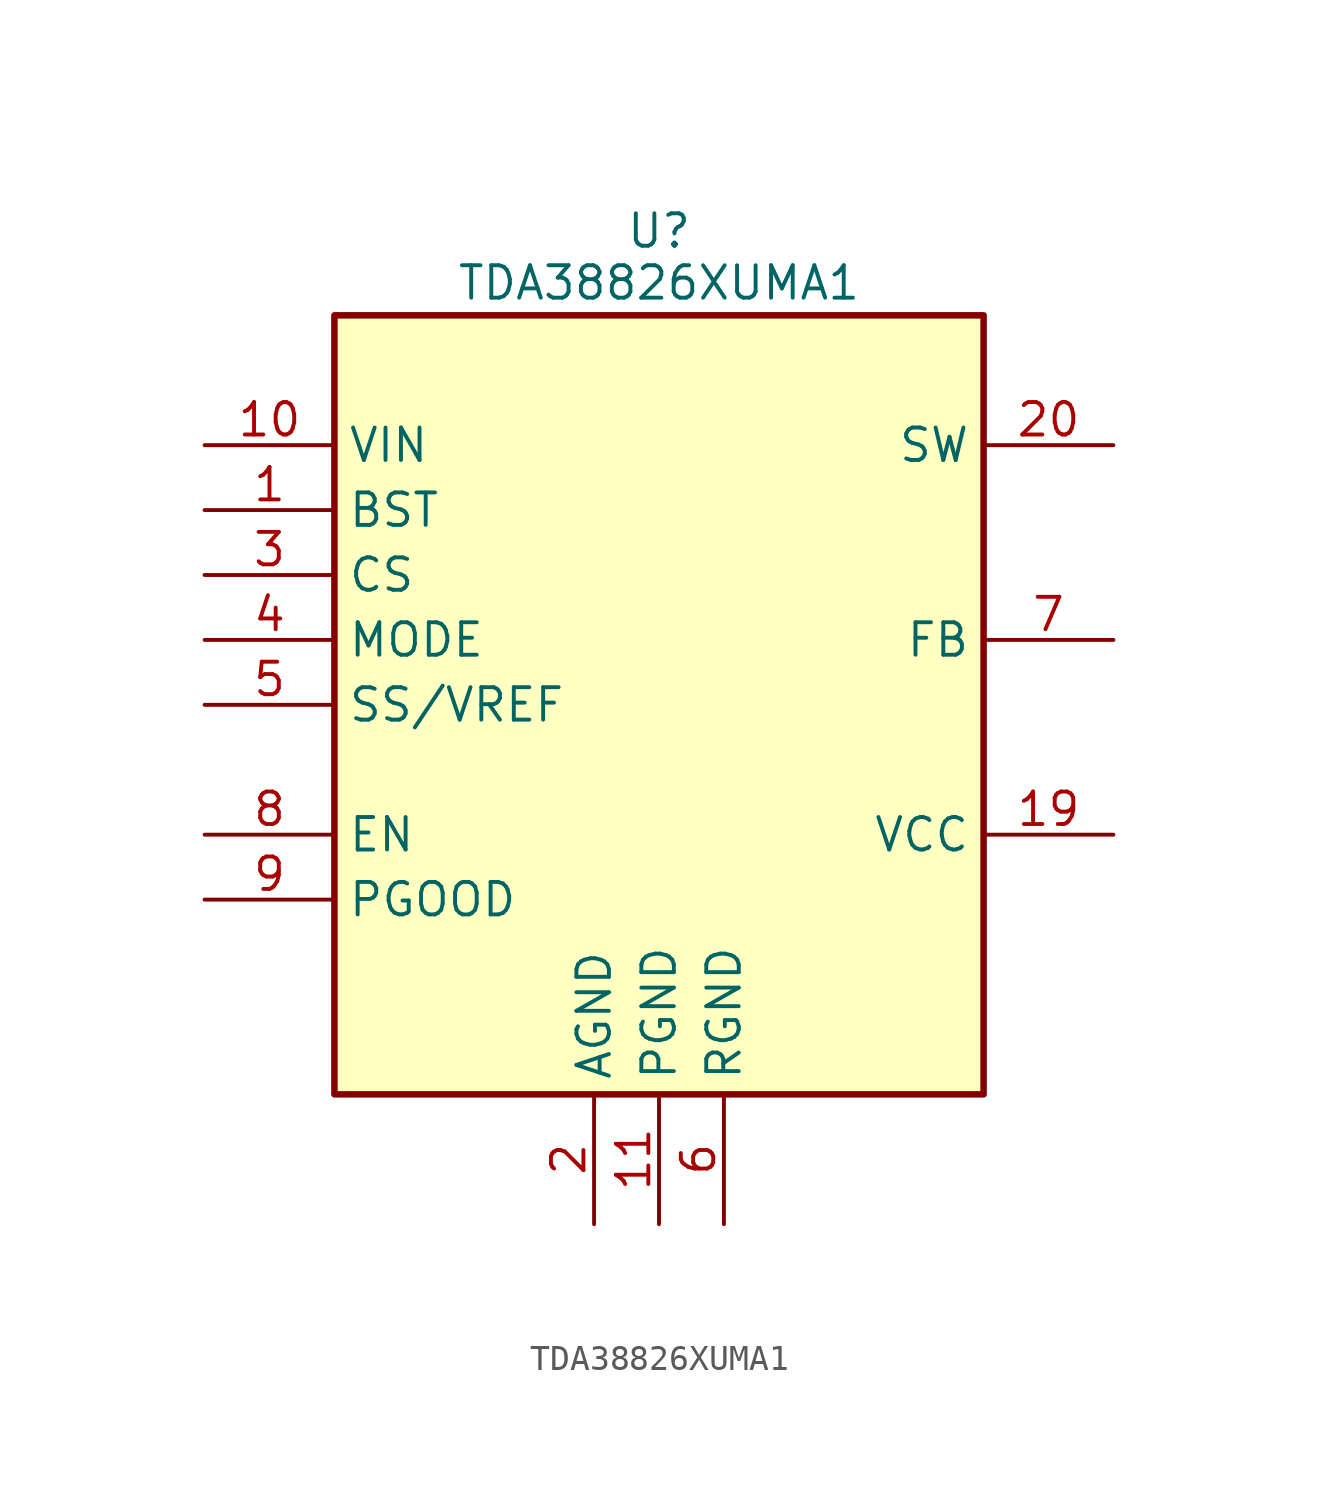
<source format=kicad_sym>
(kicad_symbol_lib
  (version 20241209)
  (generator "kicad_symbol_editor")
  (generator_version "9.0")
  (symbol "TDA38826XUMA1"
    (property "Reference" "U"
      (at 0 18.542 0)
      (effects (font (size 1.27 1.27))))
    (property "Value" "TDA38826XUMA1"
      (at 0 16.51 0)
      (effects (font (size 1.27 1.27))))
    (symbol "TDA38826XUMA1_1_1"
      (rectangle (start -12.7 15.24) (end 12.7 -15.24) (stroke (width 0.254) (type default)) (fill (type background)))
      (pin power_in line (at -17.78 10.16 0) (length 5.08) (name "VIN" (effects (font (size 1.27 1.27)))) (number "10" (effects (font (size 1.27 1.27)))))
      (pin power_in line (at -17.78 10.16 0) (length 5.08) (hide yes) (name "VIN" (effects (font (size 1.27 1.27)))) (number "21" (effects (font (size 1.27 1.27)))))
      (pin passive line (at -17.78 7.62 0) (length 5.08) (name "BST" (effects (font (size 1.27 1.27)))) (number "1" (effects (font (size 1.27 1.27)))))
      (pin passive line (at -17.78 5.08 0) (length 5.08) (name "CS" (effects (font (size 1.27 1.27)))) (number "3" (effects (font (size 1.27 1.27)))))
      (pin passive line (at -17.78 2.54 0) (length 5.08) (name "MODE" (effects (font (size 1.27 1.27)))) (number "4" (effects (font (size 1.27 1.27)))))
      (pin passive line (at -17.78 0 0) (length 5.08) (name "SS/VREF" (effects (font (size 1.27 1.27)))) (number "5" (effects (font (size 1.27 1.27)))))
      (pin passive line (at -17.78 -5.08 0) (length 5.08) (name "EN" (effects (font (size 1.27 1.27)))) (number "8" (effects (font (size 1.27 1.27)))))
      (pin passive line (at -17.78 -7.62 0) (length 5.08) (name "PGOOD" (effects (font (size 1.27 1.27)))) (number "9" (effects (font (size 1.27 1.27)))))
      (pin passive line (at -2.54 -20.32 90) (length 5.08) (name "AGND" (effects (font (size 1.27 1.27)))) (number "2" (effects (font (size 1.27 1.27)))))
      (pin passive line (at 0 -20.32 90) (length 5.08) (name "PGND" (effects (font (size 1.27 1.27)))) (number "11" (effects (font (size 1.27 1.27)))))
      (pin passive line (at 0 -20.32 90) (length 5.08) (hide yes) (name "PGND" (effects (font (size 1.27 1.27)))) (number "12" (effects (font (size 1.27 1.27)))))
      (pin passive line (at 0 -20.32 90) (length 5.08) (hide yes) (name "PGND" (effects (font (size 1.27 1.27)))) (number "13" (effects (font (size 1.27 1.27)))))
      (pin passive line (at 0 -20.32 90) (length 5.08) (hide yes) (name "PGND" (effects (font (size 1.27 1.27)))) (number "14" (effects (font (size 1.27 1.27)))))
      (pin passive line (at 0 -20.32 90) (length 5.08) (hide yes) (name "PGND" (effects (font (size 1.27 1.27)))) (number "15" (effects (font (size 1.27 1.27)))))
      (pin passive line (at 0 -20.32 90) (length 5.08) (hide yes) (name "PGND" (effects (font (size 1.27 1.27)))) (number "16" (effects (font (size 1.27 1.27)))))
      (pin passive line (at 0 -20.32 90) (length 5.08) (hide yes) (name "PGND" (effects (font (size 1.27 1.27)))) (number "17" (effects (font (size 1.27 1.27)))))
      (pin passive line (at 0 -20.32 90) (length 5.08) (hide yes) (name "PGND" (effects (font (size 1.27 1.27)))) (number "18" (effects (font (size 1.27 1.27)))))
      (pin passive line (at 0 -20.32 90) (length 5.08) (hide yes) (name "PGND" (effects (font (size 1.27 1.27)))) (number "22" (effects (font (size 1.27 1.27)))))
      (pin passive line (at 2.54 -20.32 90) (length 5.08) (name "RGND" (effects (font (size 1.27 1.27)))) (number "6" (effects (font (size 1.27 1.27)))))
      (pin power_out line (at 17.78 10.16 180) (length 5.08) (name "SW" (effects (font (size 1.27 1.27)))) (number "20" (effects (font (size 1.27 1.27)))))
      (pin passive line (at 17.78 2.54 180) (length 5.08) (name "FB" (effects (font (size 1.27 1.27)))) (number "7" (effects (font (size 1.27 1.27)))))
      (pin power_in line (at 17.78 -5.08 180) (length 5.08) (name "VCC" (effects (font (size 1.27 1.27)))) (number "19" (effects (font (size 1.27 1.27))))))))
</source>
